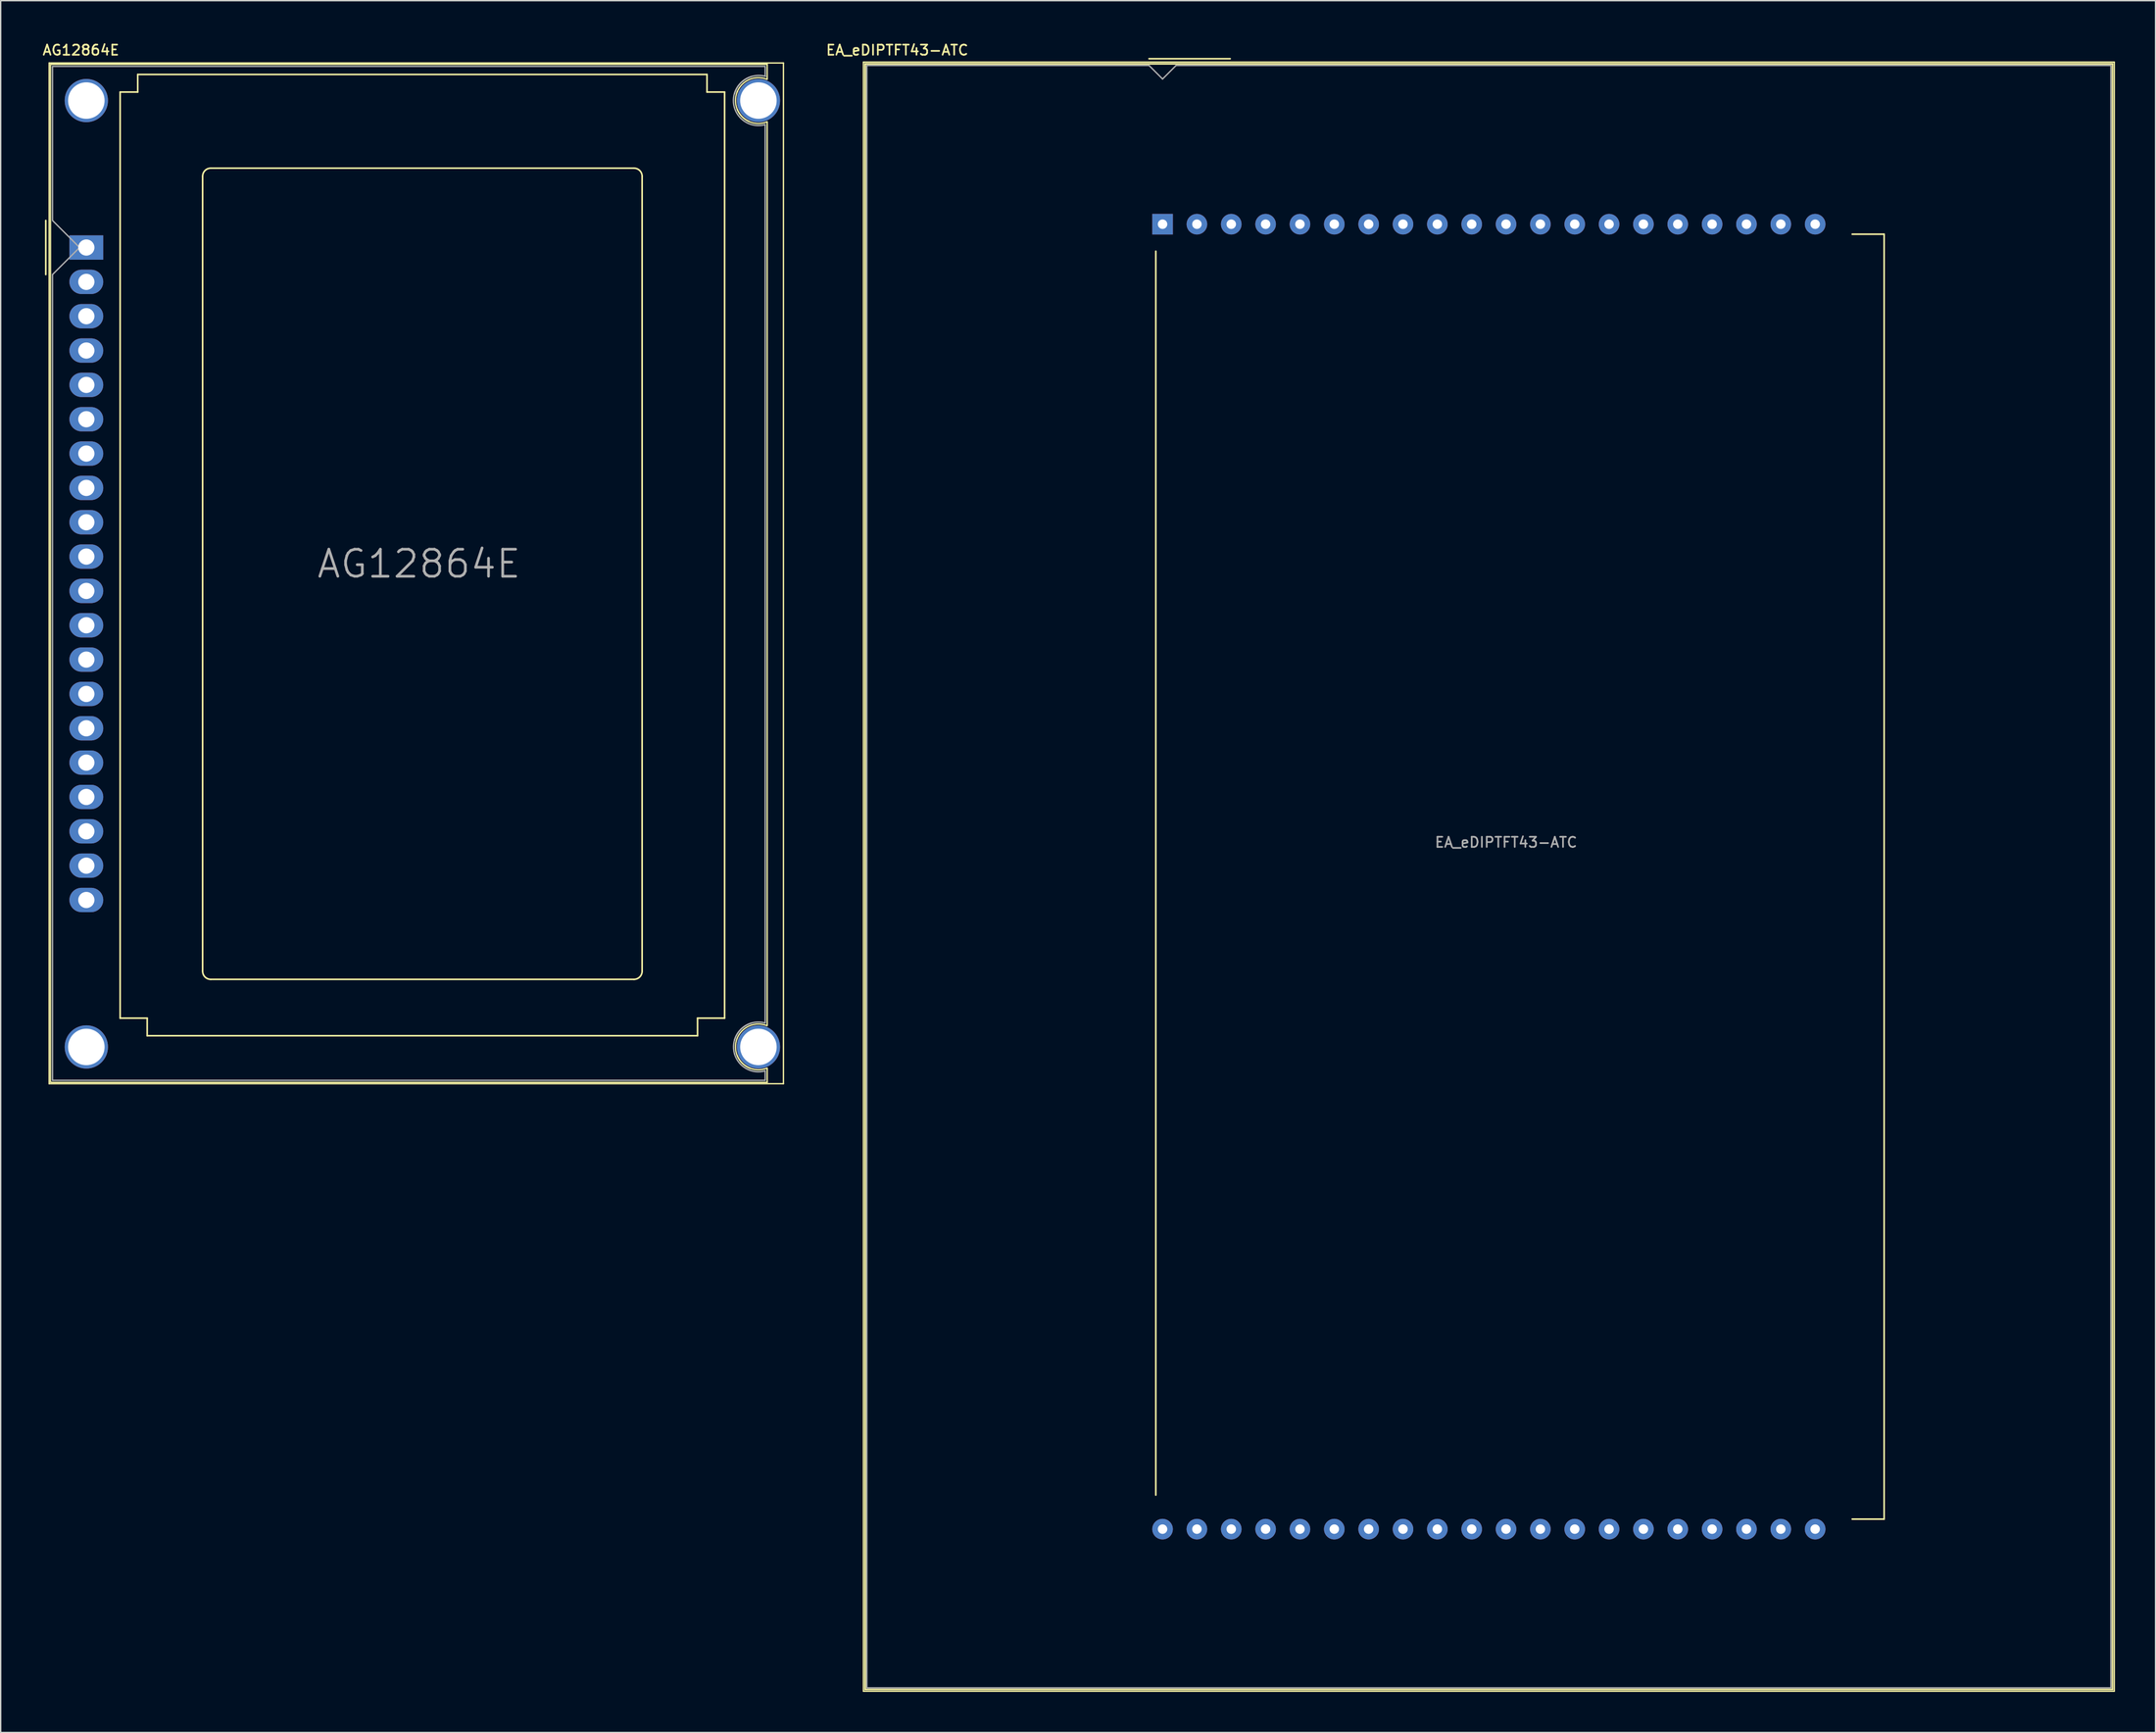
<source format=kicad_pcb>
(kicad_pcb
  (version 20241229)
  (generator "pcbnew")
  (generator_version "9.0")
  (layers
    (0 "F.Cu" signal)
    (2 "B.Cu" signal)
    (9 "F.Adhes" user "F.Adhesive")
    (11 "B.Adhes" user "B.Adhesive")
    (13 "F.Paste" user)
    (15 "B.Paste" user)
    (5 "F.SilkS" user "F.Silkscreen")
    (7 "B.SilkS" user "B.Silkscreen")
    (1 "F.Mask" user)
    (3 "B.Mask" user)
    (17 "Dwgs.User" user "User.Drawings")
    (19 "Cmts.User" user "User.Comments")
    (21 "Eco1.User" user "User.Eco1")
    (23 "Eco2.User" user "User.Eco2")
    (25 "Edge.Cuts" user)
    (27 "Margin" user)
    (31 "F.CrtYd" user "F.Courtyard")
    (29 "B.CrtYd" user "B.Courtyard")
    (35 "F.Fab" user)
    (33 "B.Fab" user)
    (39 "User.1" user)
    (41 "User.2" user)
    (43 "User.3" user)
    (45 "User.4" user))
  (footprint "AG12864E"
    (layer "F.Cu")
    (at 3.334 15.258)
    (property "Reference" "AG12864E" (at -0.4 -14.6 0) (layer "F.SilkS") (effects (font (size 0.75 0.75) (thickness 0.125))))
    (attr through_hole)
    (fp_line (start -3 -2) (end -3 2) (stroke (width 0.12) (type solid)) (layer "F.SilkS"))
    (fp_line (start -2.75 -13.65) (end -2.75 61.85) (stroke (width 0.1) (type solid)) (layer "F.SilkS"))
    (fp_line (start -2.75 -13.65) (end 51.55 -13.65) (stroke (width 0.1) (type solid)) (layer "F.SilkS"))
    (fp_line (start -2.75 61.85) (end 51.55 61.85) (stroke (width 0.1) (type solid)) (layer "F.SilkS"))
    (fp_line (start -2.65 -13.55) (end -2.65 61.75) (stroke (width 0.1) (type solid)) (layer "F.SilkS"))
    (fp_line (start -2.65 61.75) (end 50.35 61.75) (stroke (width 0.1) (type solid)) (layer "F.SilkS"))
    (fp_line (start 2.5 57) (end 2.5 -11.5) (stroke (width 0.12) (type solid)) (layer "F.SilkS"))
    (fp_line (start 2.5 57) (end 4.5 57) (stroke (width 0.12) (type solid)) (layer "F.SilkS"))
    (fp_line (start 3.8 -12.8) (end 3.8 -11.5) (stroke (width 0.12) (type solid)) (layer "F.SilkS"))
    (fp_line (start 3.8 -12.8) (end 45.9 -12.8) (stroke (width 0.12) (type solid)) (layer "F.SilkS"))
    (fp_line (start 3.8 -11.5) (end 2.5 -11.5) (stroke (width 0.12) (type solid)) (layer "F.SilkS"))
    (fp_line (start 4.5 57) (end 4.5 58.3) (stroke (width 0.12) (type solid)) (layer "F.SilkS"))
    (fp_line (start 8.6 -5.27) (end 8.6 53.53) (stroke (width 0.12) (type solid)) (layer "F.SilkS"))
    (fp_line (start 9.2 54.13) (end 40.5 54.13) (stroke (width 0.12) (type solid)) (layer "F.SilkS"))
    (fp_line (start 40.5 -5.87) (end 9.21 -5.87) (stroke (width 0.12) (type solid)) (layer "F.SilkS"))
    (fp_line (start 41.1 53.53) (end 41.1 -5.27) (stroke (width 0.12) (type solid)) (layer "F.SilkS"))
    (fp_line (start 45.2 57) (end 45.2 58.3) (stroke (width 0.12) (type solid)) (layer "F.SilkS"))
    (fp_line (start 45.2 58.3) (end 4.5 58.3) (stroke (width 0.12) (type solid)) (layer "F.SilkS"))
    (fp_line (start 45.9 -11.5) (end 45.9 -12.8) (stroke (width 0.12) (type solid)) (layer "F.SilkS"))
    (fp_line (start 47.2 -11.5) (end 45.9 -11.5) (stroke (width 0.12) (type solid)) (layer "F.SilkS"))
    (fp_line (start 47.2 -11.5) (end 47.2 57) (stroke (width 0.12) (type solid)) (layer "F.SilkS"))
    (fp_line (start 47.2 57) (end 45.2 57) (stroke (width 0.12) (type solid)) (layer "F.SilkS"))
    (fp_line (start 50.35 -13.55) (end -2.65 -13.55) (stroke (width 0.1) (type solid)) (layer "F.SilkS"))
    (fp_line (start 50.35 -13.54) (end 50.35 -12.44) (stroke (width 0.1) (type solid)) (layer "F.SilkS"))
    (fp_line (start 50.35 57.55) (end 50.35 -9.3) (stroke (width 0.1) (type solid)) (layer "F.SilkS"))
    (fp_line (start 50.35 61.75) (end 50.35 60.7) (stroke (width 0.1) (type solid)) (layer "F.SilkS"))
    (fp_line (start 51.55 -13.65) (end 51.55 61.85) (stroke (width 0.1) (type solid)) (layer "F.SilkS"))
    (fp_arc (start 8.6 -5.27) (mid 8.775736 -5.694264) (end 9.2 -5.87) (stroke (width 0.12) (type solid)) (layer "F.SilkS"))
    (fp_arc (start 9.2 54.13) (mid 8.775736 53.954264) (end 8.6 53.53) (stroke (width 0.12) (type solid)) (layer "F.SilkS"))
    (fp_arc (start 40.5 -5.87) (mid 40.924264 -5.694264) (end 41.1 -5.27) (stroke (width 0.12) (type solid)) (layer "F.SilkS"))
    (fp_arc (start 41.1 53.53) (mid 40.924264 53.954264) (end 40.5 54.13) (stroke (width 0.12) (type solid)) (layer "F.SilkS"))
    (fp_arc (start 48.12 -11.49) (mid 49.021177 -12.425635) (end 50.32 -12.45) (stroke (width 0.1) (type solid)) (layer "F.SilkS"))
    (fp_arc (start 48.12 58.51) (mid 49.021177 57.574365) (end 50.32 57.55) (stroke (width 0.1) (type solid)) (layer "F.SilkS"))
    (fp_arc (start 49.01 -9.32) (mid 48.116081 -10.261888) (end 48.15 -11.56) (stroke (width 0.1) (type solid)) (layer "F.SilkS"))
    (fp_arc (start 49.08 60.71) (mid 48.144365 59.808823) (end 48.12 58.51) (stroke (width 0.1) (type solid)) (layer "F.SilkS"))
    (fp_arc (start 50.31 60.71) (mid 49.014106 60.678564) (end 48.12 59.74) (stroke (width 0.1) (type solid)) (layer "F.SilkS"))
    (fp_arc (start 50.33 -9.29) (mid 49.028249 -9.307294) (end 48.12 -10.24) (stroke (width 0.1) (type solid)) (layer "F.SilkS"))
    (fp_line (start -2.5 -13.4) (end -2.5 -2) (stroke (width 0.1) (type solid)) (layer "F.Fab"))
    (fp_line (start -2.5 -13.4) (end 50.2 -13.4) (stroke (width 0.1) (type solid)) (layer "F.Fab"))
    (fp_line (start -2.5 -2) (end -0.5 0) (stroke (width 0.1) (type solid)) (layer "F.Fab"))
    (fp_line (start -2.5 2) (end -2.5 61.6) (stroke (width 0.1) (type solid)) (layer "F.Fab"))
    (fp_line (start -2.5 61.6) (end 50.2 61.6) (stroke (width 0.1) (type solid)) (layer "F.Fab"))
    (fp_line (start -0.5 0) (end -2.5 2) (stroke (width 0.1) (type solid)) (layer "F.Fab"))
    (fp_line (start 50.2 -13.4) (end 50.2 -12.7) (stroke (width 0.1) (type solid)) (layer "F.Fab"))
    (fp_line (start 50.2 -9.1) (end 50.2 57.35) (stroke (width 0.1) (type solid)) (layer "F.Fab"))
    (fp_line (start 50.2 61.6) (end 50.2 60.9) (stroke (width 0.1) (type solid)) (layer "F.Fab"))
    (fp_arc (start 47.92 -10.37) (mid 48.087797 -11.775097) (end 49.2 -12.65) (stroke (width 0.1) (type solid)) (layer "F.Fab"))
    (fp_arc (start 47.93 -11.36) (mid 48.810761 -12.486346) (end 50.23 -12.66) (stroke (width 0.1) (type solid)) (layer "F.Fab"))
    (fp_arc (start 47.93 58.63) (mid 48.801974 57.524868) (end 50.2 57.36) (stroke (width 0.1) (type solid)) (layer "F.Fab"))
    (fp_arc (start 47.93 59.63) (mid 48.094868 58.231974) (end 49.2 57.36) (stroke (width 0.1) (type solid)) (layer "F.Fab"))
    (fp_arc (start 50.2 -9.09) (mid 48.794903 -9.257797) (end 47.92 -10.37) (stroke (width 0.1) (type solid)) (layer "F.Fab"))
    (fp_arc (start 50.2 60.9) (mid 48.801974 60.735132) (end 47.93 59.63) (stroke (width 0.1) (type solid)) (layer "F.Fab"))
    (fp_text user "${REFERENCE}" (at 24.6 23.4 0) (layer "F.Fab") (effects (font (size 2 2) (thickness 0.2))))
    (pad "" thru_hole circle (at 0 -10.87 270) (size 3.2 3.2) (drill 2.7) (layers "*.Cu" "*.Mask"))
    (pad "" thru_hole circle (at 0 59.13 270) (size 3.2 3.2) (drill 2.7) (layers "*.Cu" "*.Mask"))
    (pad "" thru_hole circle (at 49.7 -10.87 270) (size 3.2 3.2) (drill 2.7) (layers "*.Cu" "*.Mask"))
    (pad "" thru_hole circle (at 49.7 59.13 270) (size 3.2 3.2) (drill 2.7) (layers "*.Cu" "*.Mask"))
    (pad "1" thru_hole rect (at 0 0 270) (size 1.8 2.5) (drill 1.2) (layers "*.Cu" "*.Mask"))
    (pad "2" thru_hole oval (at 0 2.54 270) (size 1.8 2.5) (drill 1.2) (layers "*.Cu" "*.Mask"))
    (pad "3" thru_hole oval (at 0 5.08 270) (size 1.8 2.5) (drill 1.2) (layers "*.Cu" "*.Mask"))
    (pad "4" thru_hole oval (at 0 7.62 270) (size 1.8 2.5) (drill 1.2) (layers "*.Cu" "*.Mask"))
    (pad "5" thru_hole oval (at 0 10.16 270) (size 1.8 2.5) (drill 1.2) (layers "*.Cu" "*.Mask"))
    (pad "6" thru_hole oval (at 0 12.7 270) (size 1.8 2.5) (drill 1.2) (layers "*.Cu" "*.Mask"))
    (pad "7" thru_hole oval (at 0 15.24 270) (size 1.8 2.5) (drill 1.2) (layers "*.Cu" "*.Mask"))
    (pad "8" thru_hole oval (at 0 17.78 270) (size 1.8 2.5) (drill 1.2) (layers "*.Cu" "*.Mask"))
    (pad "9" thru_hole oval (at 0 20.32 270) (size 1.8 2.5) (drill 1.2) (layers "*.Cu" "*.Mask"))
    (pad "10" thru_hole oval (at 0 22.86 270) (size 1.8 2.5) (drill 1.2) (layers "*.Cu" "*.Mask"))
    (pad "11" thru_hole oval (at 0 25.4 270) (size 1.8 2.5) (drill 1.2) (layers "*.Cu" "*.Mask"))
    (pad "12" thru_hole oval (at 0 27.94 270) (size 1.8 2.5) (drill 1.2) (layers "*.Cu" "*.Mask"))
    (pad "13" thru_hole oval (at 0 30.48 270) (size 1.8 2.5) (drill 1.2) (layers "*.Cu" "*.Mask"))
    (pad "14" thru_hole oval (at 0 33.02 270) (size 1.8 2.5) (drill 1.2) (layers "*.Cu" "*.Mask"))
    (pad "15" thru_hole oval (at 0 35.56 270) (size 1.8 2.5) (drill 1.2) (layers "*.Cu" "*.Mask"))
    (pad "16" thru_hole oval (at 0 38.1 270) (size 1.8 2.5) (drill 1.2) (layers "*.Cu" "*.Mask"))
    (pad "17" thru_hole oval (at 0 40.64 270) (size 1.8 2.5) (drill 1.2) (layers "*.Cu" "*.Mask"))
    (pad "18" thru_hole oval (at 0 43.18 270) (size 1.8 2.5) (drill 1.2) (layers "*.Cu" "*.Mask"))
    (pad "19" thru_hole oval (at 0 45.72 270) (size 1.8 2.5) (drill 1.2) (layers "*.Cu" "*.Mask"))
    (pad "20" thru_hole oval (at 0 48.26 270) (size 1.8 2.5) (drill 1.2) (layers "*.Cu" "*.Mask")))
  (footprint "EA_eDIPTFT43-ATC"
    (layer "F.Cu")
    (at 82.921 13.533)
    (property "Reference" "EA_eDIPTFT43-ATC" (at -19.625 -12.875 0) (layer "F.SilkS") (effects (font (size 0.75 0.75) (thickness 0.125))))
    (attr through_hole)
    (fp_line (start -22.12 -11.99) (end 70.38 -11.99) (stroke (width 0.1) (type solid)) (layer "F.SilkS"))
    (fp_line (start -22.12 108.51) (end -22.12 -11.99) (stroke (width 0.1) (type solid)) (layer "F.SilkS"))
    (fp_line (start -21.99 -11.86) (end 70.25 -11.86) (stroke (width 0.12) (type solid)) (layer "F.SilkS"))
    (fp_line (start -21.99 108.38) (end -21.99 -11.86) (stroke (width 0.12) (type solid)) (layer "F.SilkS"))
    (fp_line (start -1 -12.24) (end 5 -12.24) (stroke (width 0.12) (type solid)) (layer "F.SilkS"))
    (fp_line (start -0.5 94) (end -0.5 2) (stroke (width 0.12) (type solid)) (layer "F.SilkS"))
    (fp_line (start 53.35 0.74) (end 51 0.74) (stroke (width 0.12) (type solid)) (layer "F.SilkS"))
    (fp_line (start 53.36 0.74) (end 53.36 95.78) (stroke (width 0.12) (type solid)) (layer "F.SilkS"))
    (fp_line (start 53.36 95.78) (end 51 95.78) (stroke (width 0.12) (type solid)) (layer "F.SilkS"))
    (fp_line (start 70.25 -11.86) (end 70.25 108.38) (stroke (width 0.12) (type solid)) (layer "F.SilkS"))
    (fp_line (start 70.25 108.38) (end -21.99 108.38) (stroke (width 0.12) (type solid)) (layer "F.SilkS"))
    (fp_line (start 70.38 -11.99) (end 70.38 108.51) (stroke (width 0.1) (type solid)) (layer "F.SilkS"))
    (fp_line (start 70.38 108.51) (end -22.12 108.51) (stroke (width 0.1) (type solid)) (layer "F.SilkS"))
    (fp_line (start -21.87 -11.74) (end -1 -11.74) (stroke (width 0.1) (type solid)) (layer "F.Fab"))
    (fp_line (start -21.87 108.26) (end -21.87 -11.74) (stroke (width 0.1) (type solid)) (layer "F.Fab"))
    (fp_line (start -1 -11.74) (end 0 -10.74) (stroke (width 0.1) (type solid)) (layer "F.Fab"))
    (fp_line (start 0 -10.74) (end 1 -11.74) (stroke (width 0.1) (type solid)) (layer "F.Fab"))
    (fp_line (start 1 -11.74) (end 70.13 -11.74) (stroke (width 0.1) (type solid)) (layer "F.Fab"))
    (fp_line (start 70.13 -11.74) (end 70.13 108.26) (stroke (width 0.1) (type solid)) (layer "F.Fab"))
    (fp_line (start 70.13 108.26) (end -21.87 108.26) (stroke (width 0.1) (type solid)) (layer "F.Fab"))
    (fp_text user "${REFERENCE}" (at 25.4 45.72 0) (layer "F.Fab") (effects (font (size 0.75 0.75) (thickness 0.125))))
    (pad "1" thru_hole rect (at 0 0) (size 1.524 1.524) (drill 0.7) (layers "*.Cu" "*.Mask"))
    (pad "2" thru_hole circle (at 2.54 0) (size 1.524 1.524) (drill 0.7) (layers "*.Cu" "*.Mask"))
    (pad "3" thru_hole circle (at 5.08 0) (size 1.524 1.524) (drill 0.7) (layers "*.Cu" "*.Mask"))
    (pad "4" thru_hole circle (at 7.62 0) (size 1.524 1.524) (drill 0.7) (layers "*.Cu" "*.Mask"))
    (pad "5" thru_hole circle (at 10.16 0) (size 1.524 1.524) (drill 0.7) (layers "*.Cu" "*.Mask"))
    (pad "6" thru_hole circle (at 12.7 0) (size 1.524 1.524) (drill 0.7) (layers "*.Cu" "*.Mask"))
    (pad "7" thru_hole circle (at 15.24 0) (size 1.524 1.524) (drill 0.7) (layers "*.Cu" "*.Mask"))
    (pad "8" thru_hole circle (at 17.78 0) (size 1.524 1.524) (drill 0.7) (layers "*.Cu" "*.Mask"))
    (pad "9" thru_hole circle (at 20.32 0) (size 1.524 1.524) (drill 0.7) (layers "*.Cu" "*.Mask"))
    (pad "10" thru_hole circle (at 22.86 0) (size 1.524 1.524) (drill 0.7) (layers "*.Cu" "*.Mask"))
    (pad "11" thru_hole circle (at 25.4 0) (size 1.524 1.524) (drill 0.7) (layers "*.Cu" "*.Mask"))
    (pad "12" thru_hole circle (at 27.94 0) (size 1.524 1.524) (drill 0.7) (layers "*.Cu" "*.Mask"))
    (pad "13" thru_hole circle (at 30.48 0) (size 1.524 1.524) (drill 0.7) (layers "*.Cu" "*.Mask"))
    (pad "14" thru_hole circle (at 33.02 0) (size 1.524 1.524) (drill 0.7) (layers "*.Cu" "*.Mask"))
    (pad "15" thru_hole circle (at 35.56 0) (size 1.524 1.524) (drill 0.7) (layers "*.Cu" "*.Mask"))
    (pad "16" thru_hole circle (at 38.1 0) (size 1.524 1.524) (drill 0.7) (layers "*.Cu" "*.Mask"))
    (pad "17" thru_hole circle (at 40.64 0) (size 1.524 1.524) (drill 0.7) (layers "*.Cu" "*.Mask"))
    (pad "18" thru_hole circle (at 43.18 0) (size 1.524 1.524) (drill 0.7) (layers "*.Cu" "*.Mask"))
    (pad "19" thru_hole circle (at 45.72 0) (size 1.524 1.524) (drill 0.7) (layers "*.Cu" "*.Mask"))
    (pad "20" thru_hole circle (at 48.26 0) (size 1.524 1.524) (drill 0.7) (layers "*.Cu" "*.Mask"))
    (pad "21" thru_hole circle (at 48.26 96.52) (size 1.524 1.524) (drill 0.7) (layers "*.Cu" "*.Mask"))
    (pad "22" thru_hole circle (at 45.72 96.52) (size 1.524 1.524) (drill 0.7) (layers "*.Cu" "*.Mask"))
    (pad "23" thru_hole circle (at 43.18 96.52) (size 1.524 1.524) (drill 0.7) (layers "*.Cu" "*.Mask"))
    (pad "24" thru_hole circle (at 40.64 96.52) (size 1.524 1.524) (drill 0.7) (layers "*.Cu" "*.Mask"))
    (pad "25" thru_hole circle (at 38.1 96.52) (size 1.524 1.524) (drill 0.7) (layers "*.Cu" "*.Mask"))
    (pad "26" thru_hole circle (at 35.56 96.52) (size 1.524 1.524) (drill 0.7) (layers "*.Cu" "*.Mask"))
    (pad "27" thru_hole circle (at 33.02 96.52) (size 1.524 1.524) (drill 0.7) (layers "*.Cu" "*.Mask"))
    (pad "28" thru_hole circle (at 30.48 96.52) (size 1.524 1.524) (drill 0.7) (layers "*.Cu" "*.Mask"))
    (pad "29" thru_hole circle (at 27.94 96.52) (size 1.524 1.524) (drill 0.7) (layers "*.Cu" "*.Mask"))
    (pad "30" thru_hole circle (at 25.4 96.52) (size 1.524 1.524) (drill 0.7) (layers "*.Cu" "*.Mask"))
    (pad "31" thru_hole circle (at 22.86 96.52) (size 1.524 1.524) (drill 0.7) (layers "*.Cu" "*.Mask"))
    (pad "32" thru_hole circle (at 20.32 96.52) (size 1.524 1.524) (drill 0.7) (layers "*.Cu" "*.Mask"))
    (pad "33" thru_hole circle (at 17.78 96.52) (size 1.524 1.524) (drill 0.7) (layers "*.Cu" "*.Mask"))
    (pad "34" thru_hole circle (at 15.24 96.52) (size 1.524 1.524) (drill 0.7) (layers "*.Cu" "*.Mask"))
    (pad "35" thru_hole circle (at 12.7 96.52) (size 1.524 1.524) (drill 0.7) (layers "*.Cu" "*.Mask"))
    (pad "36" thru_hole circle (at 10.16 96.52) (size 1.524 1.524) (drill 0.7) (layers "*.Cu" "*.Mask"))
    (pad "37" thru_hole circle (at 7.62 96.52) (size 1.524 1.524) (drill 0.7) (layers "*.Cu" "*.Mask"))
    (pad "38" thru_hole circle (at 5.08 96.52) (size 1.524 1.524) (drill 0.7) (layers "*.Cu" "*.Mask"))
    (pad "39" thru_hole circle (at 2.54 96.52) (size 1.524 1.524) (drill 0.7) (layers "*.Cu" "*.Mask"))
    (pad "40" thru_hole circle (at 0 96.52) (size 1.524 1.524) (drill 0.7) (layers "*.Cu" "*.Mask")))
  (gr_rect
    (start -3 -3)
    (end 156.351 125.093)
    (stroke (width 0.1) (type default))
    (fill no)
    (layer "Edge.Cuts")))
</source>
